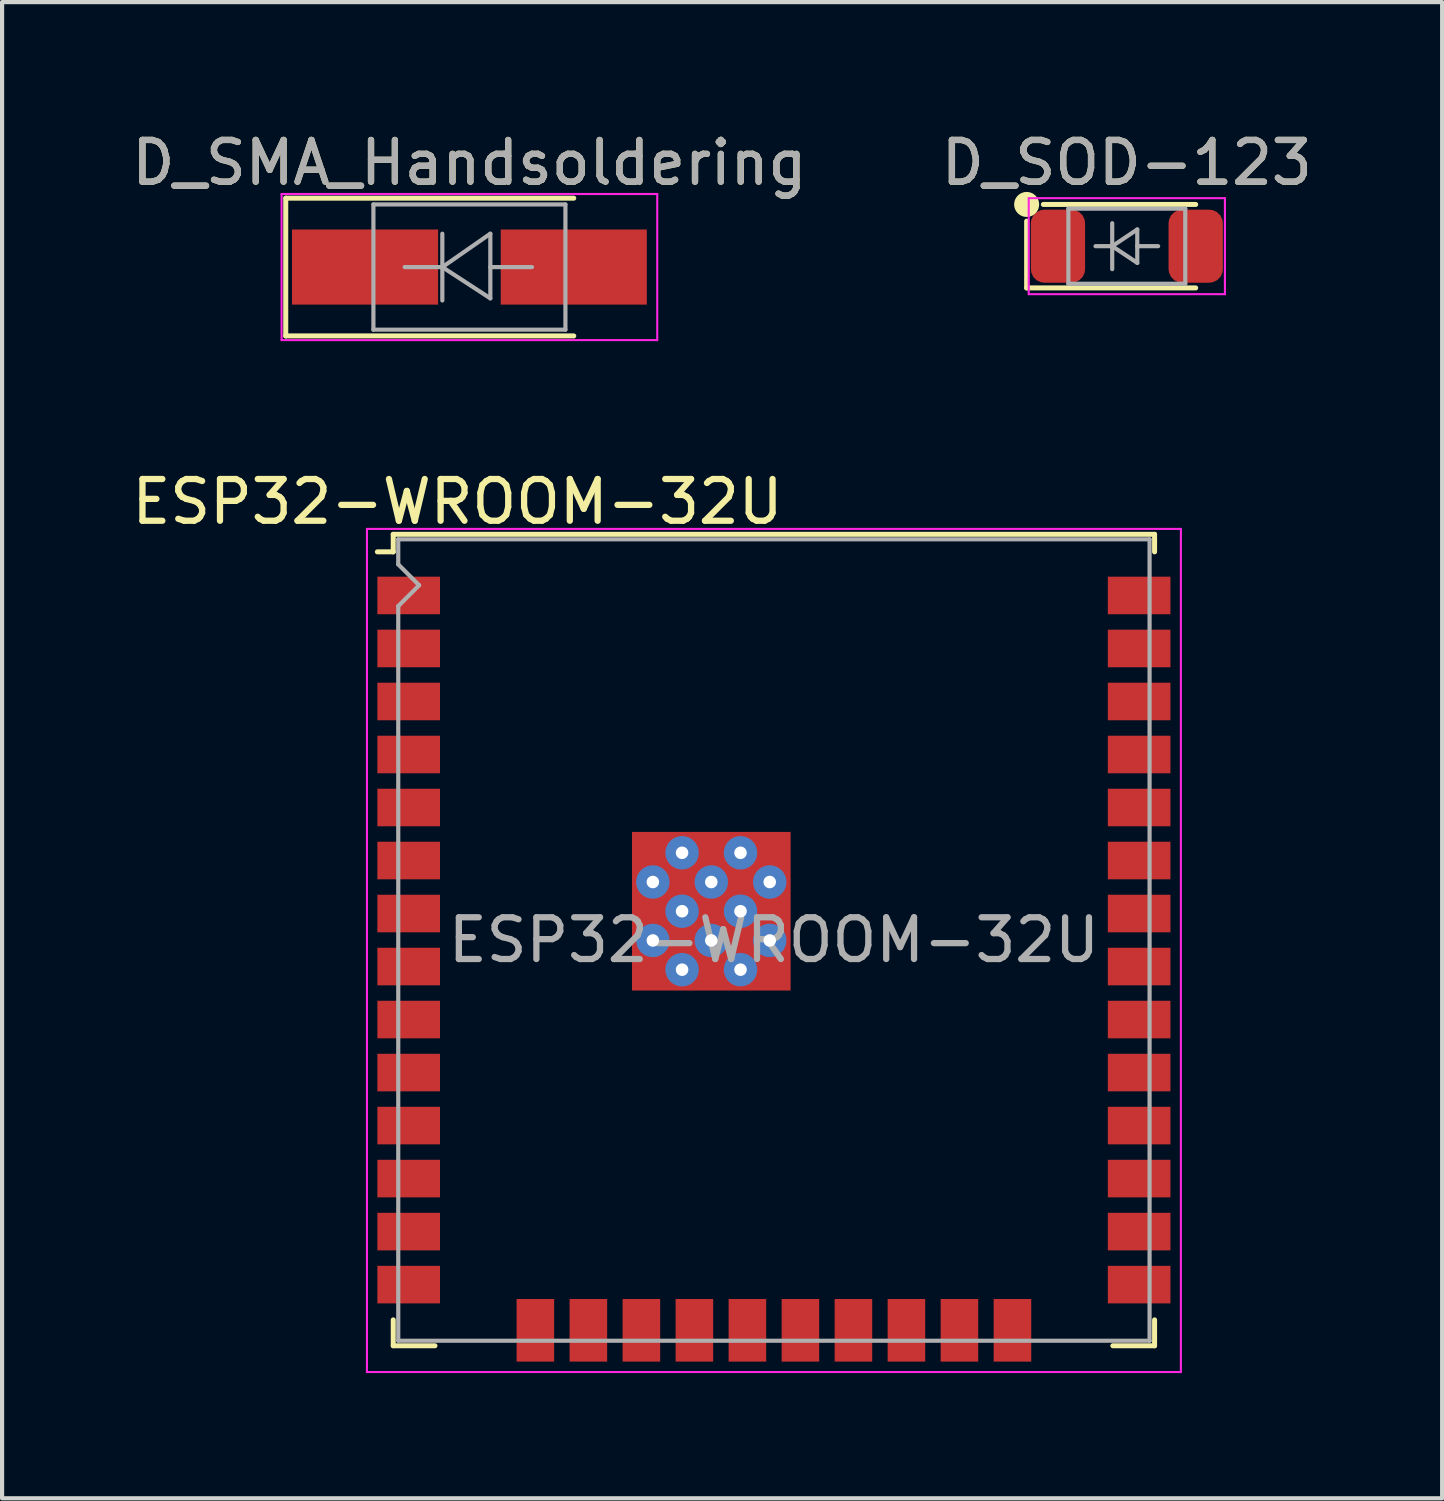
<source format=kicad_pcb>
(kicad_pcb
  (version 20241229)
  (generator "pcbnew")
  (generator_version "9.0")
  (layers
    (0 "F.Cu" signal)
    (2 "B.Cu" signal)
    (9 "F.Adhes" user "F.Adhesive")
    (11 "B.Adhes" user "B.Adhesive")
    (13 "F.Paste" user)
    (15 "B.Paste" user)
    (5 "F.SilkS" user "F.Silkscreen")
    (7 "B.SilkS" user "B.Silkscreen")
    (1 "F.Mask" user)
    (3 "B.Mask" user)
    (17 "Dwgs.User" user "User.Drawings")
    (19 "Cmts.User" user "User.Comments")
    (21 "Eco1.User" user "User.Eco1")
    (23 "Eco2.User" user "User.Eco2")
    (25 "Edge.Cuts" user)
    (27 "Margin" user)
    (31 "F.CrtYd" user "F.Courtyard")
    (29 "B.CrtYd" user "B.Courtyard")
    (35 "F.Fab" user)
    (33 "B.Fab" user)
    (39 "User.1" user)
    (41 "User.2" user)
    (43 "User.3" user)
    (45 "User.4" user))
  (footprint "D_SOD-123"
    (layer "F.Cu")
    (at 23.946 2.848)
    (property "Reference" "D_SOD-123" (at 0 -2 0) (layer "F.SilkS") (effects (font (size 1 1) (thickness 0.15))))
    (attr smd)
    (fp_line (start -2.4 -0.6) (end -2.4 1) (stroke (width 0.12) (type solid)) (layer "F.SilkS"))
    (fp_line (start -2.4 1) (end 1.65 1) (stroke (width 0.12) (type solid)) (layer "F.SilkS"))
    (fp_line (start -2 -1) (end 1.65 -1) (stroke (width 0.12) (type solid)) (layer "F.SilkS"))
    (fp_circle (center -2.4 -1) (end -2.15 -1) (stroke (width 0.1) (type solid)) (fill yes) (layer "F.SilkS"))
    (fp_line (start -2.35 -1.15) (end -2.35 1.15) (stroke (width 0.05) (type solid)) (layer "F.CrtYd"))
    (fp_line (start -2.35 -1.15) (end 2.35 -1.15) (stroke (width 0.05) (type solid)) (layer "F.CrtYd"))
    (fp_line (start 2.35 -1.15) (end 2.35 1.15) (stroke (width 0.05) (type solid)) (layer "F.CrtYd"))
    (fp_line (start 2.35 1.15) (end -2.35 1.15) (stroke (width 0.05) (type solid)) (layer "F.CrtYd"))
    (fp_line (start -1.4 -0.9) (end 1.4 -0.9) (stroke (width 0.1) (type solid)) (layer "F.Fab"))
    (fp_line (start -1.4 0.9) (end -1.4 -0.9) (stroke (width 0.1) (type solid)) (layer "F.Fab"))
    (fp_line (start -0.75 0) (end -0.35 0) (stroke (width 0.1) (type solid)) (layer "F.Fab"))
    (fp_line (start -0.35 0) (end -0.35 -0.55) (stroke (width 0.1) (type solid)) (layer "F.Fab"))
    (fp_line (start -0.35 0) (end -0.35 0.55) (stroke (width 0.1) (type solid)) (layer "F.Fab"))
    (fp_line (start -0.35 0) (end 0.25 -0.4) (stroke (width 0.1) (type solid)) (layer "F.Fab"))
    (fp_line (start 0.25 -0.4) (end 0.25 0.4) (stroke (width 0.1) (type solid)) (layer "F.Fab"))
    (fp_line (start 0.25 0) (end 0.75 0) (stroke (width 0.1) (type solid)) (layer "F.Fab"))
    (fp_line (start 0.25 0.4) (end -0.35 0) (stroke (width 0.1) (type solid)) (layer "F.Fab"))
    (fp_line (start 1.4 -0.9) (end 1.4 0.9) (stroke (width 0.1) (type solid)) (layer "F.Fab"))
    (fp_line (start 1.4 0.9) (end -1.4 0.9) (stroke (width 0.1) (type solid)) (layer "F.Fab"))
    (fp_text user "${REFERENCE}" (at 0 -2 0) (layer "F.Fab") (effects (font (size 1 1) (thickness 0.15))))
    (pad "1" smd roundrect (at -1.65 0) (size 1.3 1.75) (layers "F.Cu" "F.Mask" "F.Paste") (roundrect_rratio 0.25))
    (pad "2" smd roundrect (at 1.65 0) (size 1.3 1.75) (layers "F.Cu" "F.Mask" "F.Paste") (roundrect_rratio 0.25)))
  (footprint "ESP32-WROOM-32U"
    (layer "F.Cu")
    (at 15.491 19.471)
    (property "Reference" "ESP32-WROOM-32U" (at -7.58 -10.5 180) (layer "F.SilkS") (effects (font (size 1 1) (thickness 0.15))))
    (attr smd)
    (fp_line (start -9.12 -9.72) (end -9.12 -9.3) (stroke (width 0.12) (type solid)) (layer "F.SilkS"))
    (fp_line (start -9.12 -9.72) (end 9.12 -9.72) (stroke (width 0.12) (type solid)) (layer "F.SilkS"))
    (fp_line (start -9.12 -9.3) (end -9.5 -9.3) (stroke (width 0.12) (type solid)) (layer "F.SilkS"))
    (fp_line (start -9.12 9.1) (end -9.12 9.72) (stroke (width 0.12) (type solid)) (layer "F.SilkS"))
    (fp_line (start -9.12 9.72) (end -8.12 9.72) (stroke (width 0.12) (type solid)) (layer "F.SilkS"))
    (fp_line (start 9.12 -9.72) (end 9.12 -9.3) (stroke (width 0.12) (type solid)) (layer "F.SilkS"))
    (fp_line (start 9.12 9.1) (end 9.12 9.72) (stroke (width 0.12) (type solid)) (layer "F.SilkS"))
    (fp_line (start 9.12 9.72) (end 8.12 9.72) (stroke (width 0.12) (type solid)) (layer "F.SilkS"))
    (fp_line (start -9.75 10.35) (end -9.75 -9.85) (stroke (width 0.05) (type solid)) (layer "F.CrtYd"))
    (fp_line (start -9.75 10.35) (end 9.75 10.35) (stroke (width 0.05) (type solid)) (layer "F.CrtYd"))
    (fp_line (start 9.75 -9.85) (end -9.75 -9.85) (stroke (width 0.05) (type solid)) (layer "F.CrtYd"))
    (fp_line (start 9.75 -9.85) (end 9.75 10.35) (stroke (width 0.05) (type solid)) (layer "F.CrtYd"))
    (fp_line (start -9 -9.6) (end -9 -9) (stroke (width 0.1) (type solid)) (layer "F.Fab"))
    (fp_line (start -9 -9.6) (end 9 -9.6) (stroke (width 0.1) (type solid)) (layer "F.Fab"))
    (fp_line (start -9 -8) (end -9 9.6) (stroke (width 0.1) (type solid)) (layer "F.Fab"))
    (fp_line (start -9 -8) (end -8.5 -8.5) (stroke (width 0.1) (type solid)) (layer "F.Fab"))
    (fp_line (start -9 9.6) (end 9 9.6) (stroke (width 0.1) (type solid)) (layer "F.Fab"))
    (fp_line (start -8.5 -8.5) (end -9 -9) (stroke (width 0.1) (type solid)) (layer "F.Fab"))
    (fp_line (start 9 9.6) (end 9 -9.6) (stroke (width 0.1) (type solid)) (layer "F.Fab"))
    (fp_text user "${REFERENCE}" (at 0 0 0) (layer "F.Fab") (effects (font (size 1 1) (thickness 0.15))))
    (pad "1" smd rect (at -8.75 -8.255) (size 1.5 0.9) (layers "F.Cu" "F.Mask" "F.Paste"))
    (pad "2" smd rect (at -8.75 -6.985) (size 1.5 0.9) (layers "F.Cu" "F.Mask" "F.Paste"))
    (pad "3" smd rect (at -8.75 -5.715) (size 1.5 0.9) (layers "F.Cu" "F.Mask" "F.Paste"))
    (pad "4" smd rect (at -8.75 -4.445) (size 1.5 0.9) (layers "F.Cu" "F.Mask" "F.Paste"))
    (pad "5" smd rect (at -8.75 -3.175) (size 1.5 0.9) (layers "F.Cu" "F.Mask" "F.Paste"))
    (pad "6" smd rect (at -8.75 -1.905) (size 1.5 0.9) (layers "F.Cu" "F.Mask" "F.Paste"))
    (pad "7" smd rect (at -8.75 -0.635) (size 1.5 0.9) (layers "F.Cu" "F.Mask" "F.Paste"))
    (pad "8" smd rect (at -8.75 0.635) (size 1.5 0.9) (layers "F.Cu" "F.Mask" "F.Paste"))
    (pad "9" smd rect (at -8.75 1.905) (size 1.5 0.9) (layers "F.Cu" "F.Mask" "F.Paste"))
    (pad "10" smd rect (at -8.75 3.175) (size 1.5 0.9) (layers "F.Cu" "F.Mask" "F.Paste"))
    (pad "11" smd rect (at -8.75 4.445) (size 1.5 0.9) (layers "F.Cu" "F.Mask" "F.Paste"))
    (pad "12" smd rect (at -8.75 5.715) (size 1.5 0.9) (layers "F.Cu" "F.Mask" "F.Paste"))
    (pad "13" smd rect (at -8.75 6.985) (size 1.5 0.9) (layers "F.Cu" "F.Mask" "F.Paste"))
    (pad "14" smd rect (at -8.75 8.255) (size 1.5 0.9) (layers "F.Cu" "F.Mask" "F.Paste"))
    (pad "15" smd rect (at -5.715 9.35 90) (size 1.5 0.9) (layers "F.Cu" "F.Mask" "F.Paste"))
    (pad "16" smd rect (at -4.445 9.35 90) (size 1.5 0.9) (layers "F.Cu" "F.Mask" "F.Paste"))
    (pad "17" smd rect (at -3.175 9.35 90) (size 1.5 0.9) (layers "F.Cu" "F.Mask" "F.Paste"))
    (pad "18" smd rect (at -1.905 9.35 90) (size 1.5 0.9) (layers "F.Cu" "F.Mask" "F.Paste"))
    (pad "19" smd rect (at -0.635 9.35 90) (size 1.5 0.9) (layers "F.Cu" "F.Mask" "F.Paste"))
    (pad "20" smd rect (at 0.635 9.35 90) (size 1.5 0.9) (layers "F.Cu" "F.Mask" "F.Paste"))
    (pad "21" smd rect (at 1.905 9.35 90) (size 1.5 0.9) (layers "F.Cu" "F.Mask" "F.Paste"))
    (pad "22" smd rect (at 3.175 9.35 90) (size 1.5 0.9) (layers "F.Cu" "F.Mask" "F.Paste"))
    (pad "23" smd rect (at 4.445 9.35 90) (size 1.5 0.9) (layers "F.Cu" "F.Mask" "F.Paste"))
    (pad "24" smd rect (at 5.715 9.35 90) (size 1.5 0.9) (layers "F.Cu" "F.Mask" "F.Paste"))
    (pad "25" smd rect (at 8.75 8.255) (size 1.5 0.9) (layers "F.Cu" "F.Mask" "F.Paste"))
    (pad "26" smd rect (at 8.75 6.985) (size 1.5 0.9) (layers "F.Cu" "F.Mask" "F.Paste"))
    (pad "27" smd rect (at 8.75 5.715) (size 1.5 0.9) (layers "F.Cu" "F.Mask" "F.Paste"))
    (pad "28" smd rect (at 8.75 4.445) (size 1.5 0.9) (layers "F.Cu" "F.Mask" "F.Paste"))
    (pad "29" smd rect (at 8.75 3.175) (size 1.5 0.9) (layers "F.Cu" "F.Mask" "F.Paste"))
    (pad "30" smd rect (at 8.75 1.905) (size 1.5 0.9) (layers "F.Cu" "F.Mask" "F.Paste"))
    (pad "31" smd rect (at 8.75 0.635) (size 1.5 0.9) (layers "F.Cu" "F.Mask" "F.Paste"))
    (pad "32" smd rect (at 8.75 -0.635) (size 1.5 0.9) (layers "F.Cu" "F.Mask" "F.Paste"))
    (pad "33" smd rect (at 8.75 -1.905) (size 1.5 0.9) (layers "F.Cu" "F.Mask" "F.Paste"))
    (pad "34" smd rect (at 8.75 -3.175) (size 1.5 0.9) (layers "F.Cu" "F.Mask" "F.Paste"))
    (pad "35" smd rect (at 8.75 -4.445) (size 1.5 0.9) (layers "F.Cu" "F.Mask" "F.Paste"))
    (pad "36" smd rect (at 8.75 -5.715) (size 1.5 0.9) (layers "F.Cu" "F.Mask" "F.Paste"))
    (pad "37" smd rect (at 8.75 -6.985) (size 1.5 0.9) (layers "F.Cu" "F.Mask" "F.Paste"))
    (pad "38" smd rect (at 8.75 -8.255) (size 1.5 0.9) (layers "F.Cu" "F.Mask" "F.Paste"))
    (pad "39" smd rect (at -2.9 -2.09) (size 0.9 0.9) (layers "F.Cu" "F.Paste"))
    (pad "39" thru_hole circle (at -2.9 -1.39) (size 0.8 0.8) (drill 0.3) (property pad_prop_heatsink) (layers "*.Cu" "F.Mask"))
    (pad "39" smd rect (at -2.9 -0.69) (size 0.9 0.9) (layers "F.Cu" "F.Paste"))
    (pad "39" thru_hole circle (at -2.9 0.01) (size 0.8 0.8) (drill 0.3) (property pad_prop_heatsink) (layers "*.Cu" "F.Mask"))
    (pad "39" smd rect (at -2.9 0.71) (size 0.9 0.9) (layers "F.Cu" "F.Paste"))
    (pad "39" thru_hole circle (at -2.2 -2.09) (size 0.8 0.8) (drill 0.3) (property pad_prop_heatsink) (layers "*.Cu" "F.Mask"))
    (pad "39" thru_hole circle (at -2.2 -0.69) (size 0.8 0.8) (drill 0.3) (property pad_prop_heatsink) (layers "*.Cu" "F.Mask"))
    (pad "39" thru_hole circle (at -2.2 0.71) (size 0.8 0.8) (drill 0.3) (property pad_prop_heatsink) (layers "*.Cu" "F.Mask"))
    (pad "39" smd rect (at -1.5 -2.09) (size 0.9 0.9) (layers "F.Cu" "F.Paste"))
    (pad "39" thru_hole circle (at -1.5 -1.39) (size 0.8 0.8) (drill 0.3) (property pad_prop_heatsink) (layers "*.Cu" "F.Mask"))
    (pad "39" smd rect (at -1.5 -0.69) (size 0.9 0.9) (layers "F.Cu" "F.Paste"))
    (pad "39" smd rect (at -1.5 -0.69) (size 3.8 3.8) (layers "F.Cu" "F.Mask"))
    (pad "39" thru_hole circle (at -1.5 0.01) (size 0.8 0.8) (drill 0.3) (property pad_prop_heatsink) (layers "*.Cu" "F.Mask"))
    (pad "39" smd rect (at -1.5 0.71) (size 0.9 0.9) (layers "F.Cu" "F.Paste"))
    (pad "39" thru_hole circle (at -0.8 -2.09) (size 0.8 0.8) (drill 0.3) (property pad_prop_heatsink) (layers "*.Cu" "F.Mask"))
    (pad "39" thru_hole circle (at -0.8 -0.69) (size 0.8 0.8) (drill 0.3) (property pad_prop_heatsink) (layers "*.Cu" "F.Mask"))
    (pad "39" thru_hole circle (at -0.8 0.71) (size 0.8 0.8) (drill 0.3) (property pad_prop_heatsink) (layers "*.Cu" "F.Mask"))
    (pad "39" smd rect (at -0.1 -2.09) (size 0.9 0.9) (layers "F.Cu" "F.Paste"))
    (pad "39" thru_hole circle (at -0.1 -1.39) (size 0.8 0.8) (drill 0.3) (property pad_prop_heatsink) (layers "*.Cu" "F.Mask"))
    (pad "39" smd rect (at -0.1 -0.69) (size 0.9 0.9) (layers "F.Cu" "F.Paste"))
    (pad "39" thru_hole circle (at -0.1 0.01) (size 0.8 0.8) (drill 0.3) (property pad_prop_heatsink) (layers "*.Cu" "F.Mask"))
    (pad "39" smd rect (at -0.1 0.71) (size 0.9 0.9) (layers "F.Cu" "F.Paste")))
  (footprint "D_SMA_Handsoldering"
    (layer "F.Cu")
    (at 8.196 3.348)
    (property "Reference" "D_SMA_Handsoldering" (at 0 -2.5 0) (layer "F.SilkS") (effects (font (size 1 1) (thickness 0.15))))
    (attr smd)
    (fp_line (start -4.4 -1.65) (end -4.4 1.65) (stroke (width 0.12) (type solid)) (layer "F.SilkS"))
    (fp_line (start -4.4 -1.65) (end 2.5 -1.65) (stroke (width 0.12) (type solid)) (layer "F.SilkS"))
    (fp_line (start -4.4 1.65) (end 2.5 1.65) (stroke (width 0.12) (type solid)) (layer "F.SilkS"))
    (fp_line (start -4.5 -1.75) (end 4.5 -1.75) (stroke (width 0.05) (type solid)) (layer "F.CrtYd"))
    (fp_line (start -4.5 1.75) (end -4.5 -1.75) (stroke (width 0.05) (type solid)) (layer "F.CrtYd"))
    (fp_line (start 4.5 -1.75) (end 4.5 1.75) (stroke (width 0.05) (type solid)) (layer "F.CrtYd"))
    (fp_line (start 4.5 1.75) (end -4.5 1.75) (stroke (width 0.05) (type solid)) (layer "F.CrtYd"))
    (fp_line (start -2.3 1.5) (end -2.3 -1.5) (stroke (width 0.1) (type solid)) (layer "F.Fab"))
    (fp_line (start -0.649 -0.799) (end -0.649 0.801) (stroke (width 0.1) (type solid)) (layer "F.Fab"))
    (fp_line (start -0.649 0.001) (end -1.551 0.001) (stroke (width 0.1) (type solid)) (layer "F.Fab"))
    (fp_line (start -0.649 0.001) (end 0.501 -0.799) (stroke (width 0.1) (type solid)) (layer "F.Fab"))
    (fp_line (start -0.649 0.001) (end 0.501 0.75) (stroke (width 0.1) (type solid)) (layer "F.Fab"))
    (fp_line (start 0.501 0.001) (end 1.499 0.001) (stroke (width 0.1) (type solid)) (layer "F.Fab"))
    (fp_line (start 0.501 0.75) (end 0.501 -0.799) (stroke (width 0.1) (type solid)) (layer "F.Fab"))
    (fp_line (start 2.3 -1.5) (end -2.3 -1.5) (stroke (width 0.1) (type solid)) (layer "F.Fab"))
    (fp_line (start 2.3 -1.5) (end 2.3 1.5) (stroke (width 0.1) (type solid)) (layer "F.Fab"))
    (fp_line (start 2.3 1.5) (end -2.3 1.5) (stroke (width 0.1) (type solid)) (layer "F.Fab"))
    (fp_text user "${REFERENCE}" (at 0 -2.5 0) (layer "F.Fab") (effects (font (size 1 1) (thickness 0.15))))
    (pad "1" smd rect (at -2.5 0) (size 3.5 1.8) (layers "F.Cu" "F.Mask" "F.Paste"))
    (pad "2" smd rect (at 2.5 0) (size 3.5 1.8) (layers "F.Cu" "F.Mask" "F.Paste")))
  (gr_rect
    (start -3 -3)
    (end 31.5 32.846)
    (stroke (width 0.1) (type default))
    (fill no)
    (layer "Edge.Cuts")))
</source>
